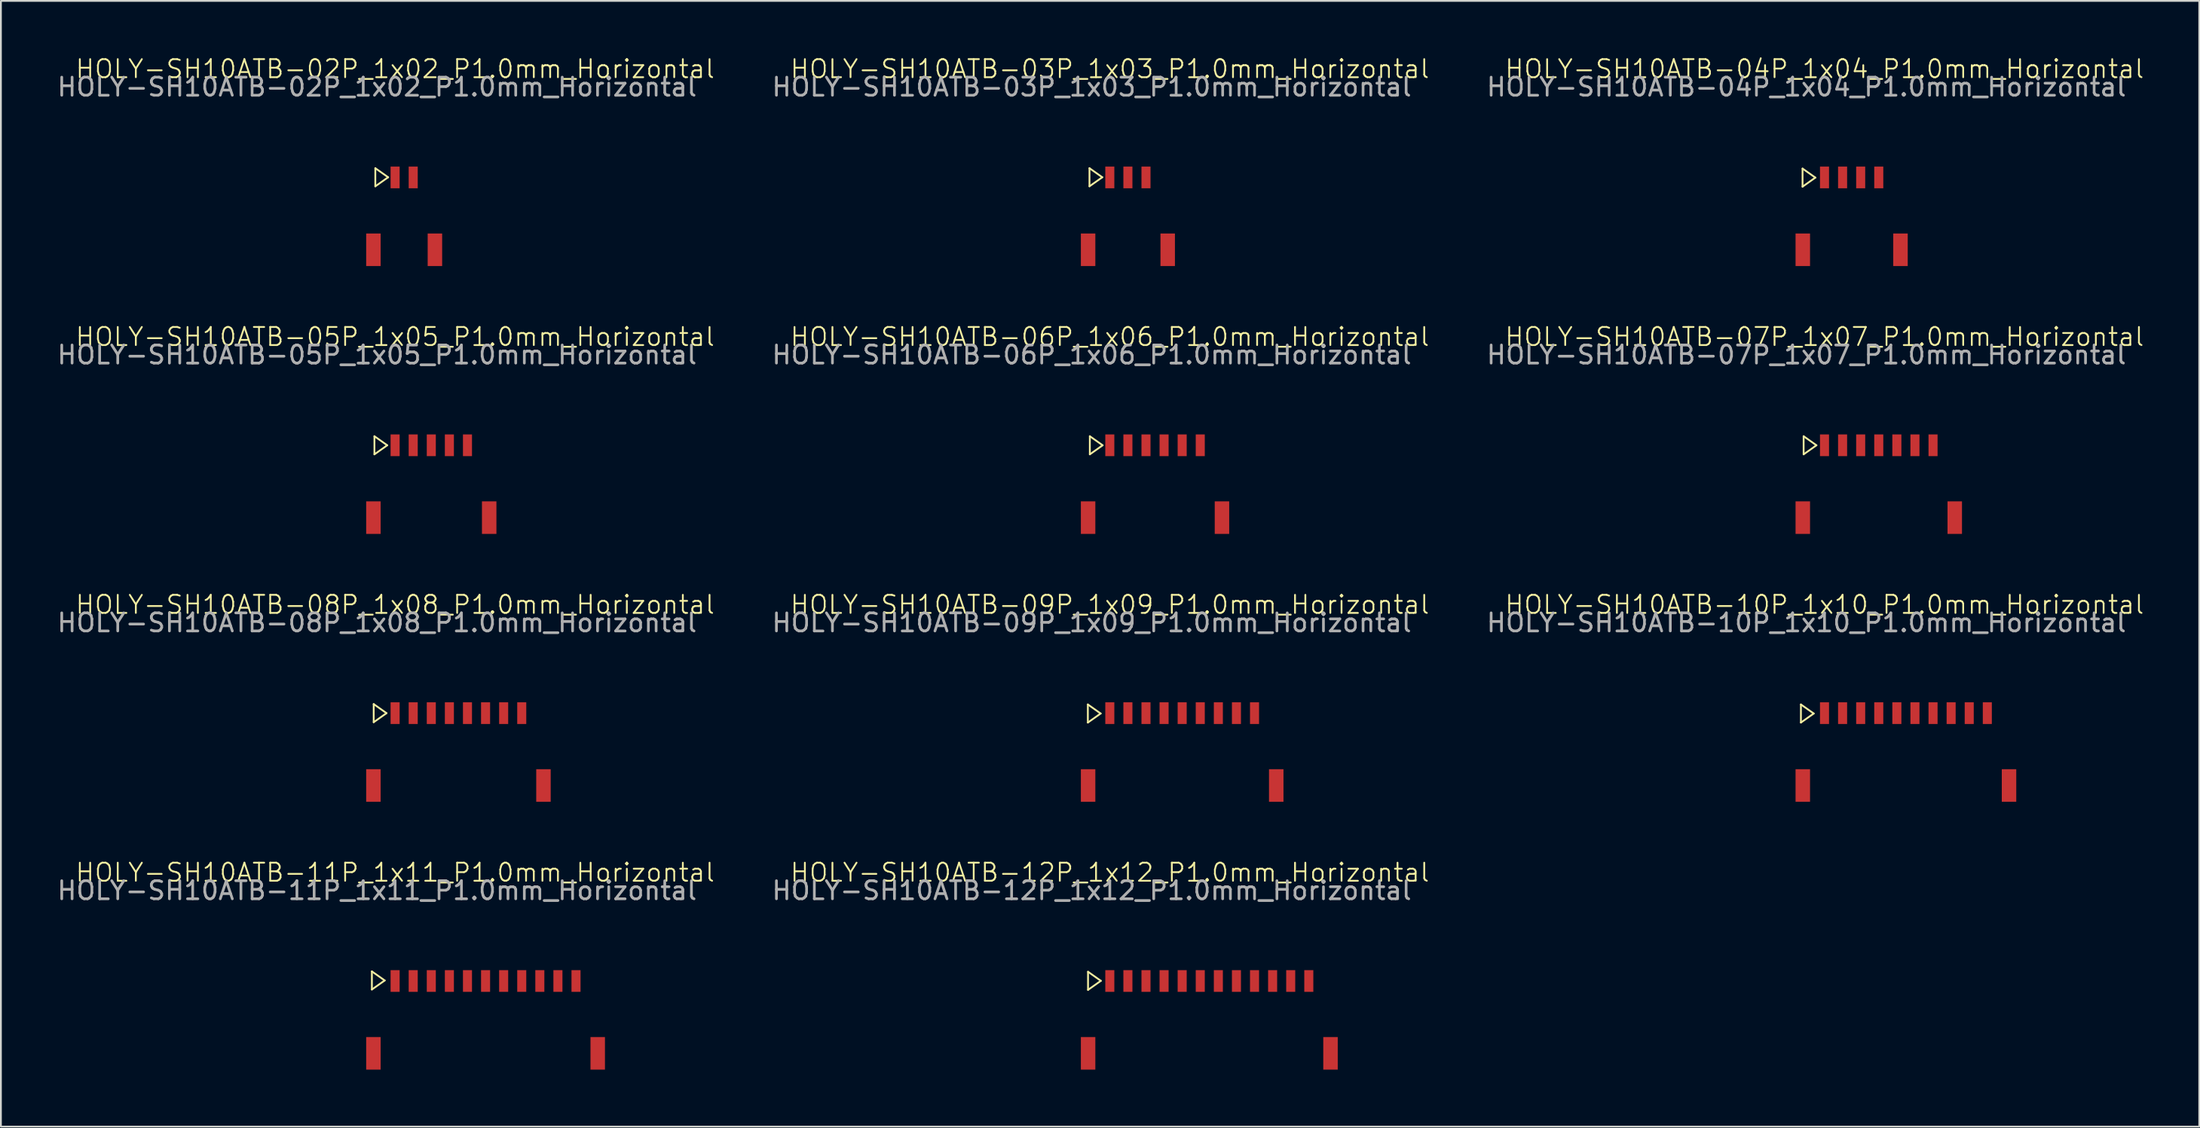
<source format=kicad_pcb>
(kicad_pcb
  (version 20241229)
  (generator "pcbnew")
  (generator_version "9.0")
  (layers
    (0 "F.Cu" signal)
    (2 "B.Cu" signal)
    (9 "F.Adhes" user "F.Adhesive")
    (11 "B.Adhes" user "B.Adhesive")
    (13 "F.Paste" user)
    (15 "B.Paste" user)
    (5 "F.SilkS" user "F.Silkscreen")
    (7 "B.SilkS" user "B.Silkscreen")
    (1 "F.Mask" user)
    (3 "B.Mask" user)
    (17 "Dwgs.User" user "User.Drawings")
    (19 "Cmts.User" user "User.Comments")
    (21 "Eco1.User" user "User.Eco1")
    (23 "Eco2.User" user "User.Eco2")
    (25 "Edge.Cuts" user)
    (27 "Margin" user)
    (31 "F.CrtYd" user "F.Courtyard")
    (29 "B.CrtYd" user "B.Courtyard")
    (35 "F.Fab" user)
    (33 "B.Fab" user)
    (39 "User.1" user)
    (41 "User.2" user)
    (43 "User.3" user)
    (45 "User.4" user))
  (footprint "HOLY-SH10ATB-05P_1x05_P1.0mm_Horizontal"
    (layer "F.Cu")
    (at 22.792 21.571)
    (property "Reference" "HOLY-SH10ATB-05P_1x05_P1.0mm_Horizontal" (at -4 -6 0) (unlocked yes) (layer "F.SilkS") (effects (font (size 1 1) (thickness 0.1))))
    (attr smd)
    (fp_line (start -5.144 -0.5) (end -5.144 0.5) (stroke (width 0.1) (type solid)) (layer "F.SilkS"))
    (fp_line (start -5.144 -0.5) (end -4.436 0) (stroke (width 0.1) (type solid)) (layer "F.SilkS"))
    (fp_line (start -4.436 0) (end -5.144 0.5) (stroke (width 0.1) (type solid)) (layer "F.SilkS"))
    (fp_rect (start -6 -1) (end 2 5) (stroke (width 0.1) (type default)) (fill no) (layer "Margin"))
    (fp_text user "${REFERENCE}" (at -5 -5 0) (unlocked yes) (layer "F.Fab") (effects (font (size 1 1) (thickness 0.15))))
    (pad "1" smd rect (at -4 0) (size 0.5 1.2) (layers "F.Cu" "F.Mask" "F.Paste"))
    (pad "2" smd rect (at -3 0) (size 0.5 1.2) (layers "F.Cu" "F.Mask" "F.Paste"))
    (pad "3" smd rect (at -2 0) (size 0.5 1.2) (layers "F.Cu" "F.Mask" "F.Paste"))
    (pad "4" smd rect (at -1 0) (size 0.5 1.2) (layers "F.Cu" "F.Mask" "F.Paste"))
    (pad "5" smd rect (at 0 0) (size 0.5 1.2) (layers "F.Cu" "F.Mask" "F.Paste"))
    (pad "MP" smd rect (at -5.2 4) (size 0.8 1.8) (layers "F.Cu" "F.Mask" "F.Paste"))
    (pad "MP" smd rect (at 1.2 4) (size 0.8 1.8) (layers "F.Cu" "F.Mask" "F.Paste")))
  (footprint "HOLY-SH10ATB-07P_1x07_P1.0mm_Horizontal"
    (layer "F.Cu")
    (at 103.808 21.571)
    (property "Reference" "HOLY-SH10ATB-07P_1x07_P1.0mm_Horizontal" (at -6 -6 0) (unlocked yes) (layer "F.SilkS") (effects (font (size 1 1) (thickness 0.1))))
    (attr smd)
    (fp_line (start -7.154 -0.5) (end -7.154 0.5) (stroke (width 0.1) (type solid)) (layer "F.SilkS"))
    (fp_line (start -7.154 -0.5) (end -6.446 0) (stroke (width 0.1) (type solid)) (layer "F.SilkS"))
    (fp_line (start -6.446 0) (end -7.154 0.5) (stroke (width 0.1) (type solid)) (layer "F.SilkS"))
    (fp_rect (start -8 -1) (end 2 5) (stroke (width 0.1) (type default)) (fill no) (layer "Margin"))
    (fp_text user "${REFERENCE}" (at -7 -5 0) (unlocked yes) (layer "F.Fab") (effects (font (size 1 1) (thickness 0.15))))
    (pad "1" smd rect (at -6 0) (size 0.5 1.2) (layers "F.Cu" "F.Mask" "F.Paste"))
    (pad "2" smd rect (at -5 0) (size 0.5 1.2) (layers "F.Cu" "F.Mask" "F.Paste"))
    (pad "3" smd rect (at -4 0) (size 0.5 1.2) (layers "F.Cu" "F.Mask" "F.Paste"))
    (pad "4" smd rect (at -3 0) (size 0.5 1.2) (layers "F.Cu" "F.Mask" "F.Paste"))
    (pad "5" smd rect (at -2 0) (size 0.5 1.2) (layers "F.Cu" "F.Mask" "F.Paste"))
    (pad "6" smd rect (at -1 0) (size 0.5 1.2) (layers "F.Cu" "F.Mask" "F.Paste"))
    (pad "7" smd rect (at 0 0) (size 0.5 1.2) (layers "F.Cu" "F.Mask" "F.Paste"))
    (pad "MP" smd rect (at -7.2 4) (size 0.8 1.8) (layers "F.Cu" "F.Mask" "F.Paste"))
    (pad "MP" smd rect (at 1.2 4) (size 0.8 1.8) (layers "F.Cu" "F.Mask" "F.Paste")))
  (footprint "HOLY-SH10ATB-02P_1x02_P1.0mm_Horizontal"
    (layer "F.Cu")
    (at 19.792 6.761)
    (property "Reference" "HOLY-SH10ATB-02P_1x02_P1.0mm_Horizontal" (at -1 -6 0) (unlocked yes) (layer "F.SilkS") (effects (font (size 1 1) (thickness 0.1))))
    (attr smd)
    (fp_line (start -2.094 -0.51) (end -2.094 0.49) (stroke (width 0.1) (type solid)) (layer "F.SilkS"))
    (fp_line (start -2.094 -0.51) (end -1.386 -0.01) (stroke (width 0.1) (type solid)) (layer "F.SilkS"))
    (fp_line (start -1.386 -0.01) (end -2.094 0.49) (stroke (width 0.1) (type solid)) (layer "F.SilkS"))
    (fp_rect (start -3 -1) (end 2 5) (stroke (width 0.1) (type default)) (fill no) (layer "Margin"))
    (fp_text user "${REFERENCE}" (at -2 -5 0) (unlocked yes) (layer "F.Fab") (effects (font (size 1 1) (thickness 0.15))))
    (pad "1" smd rect (at -1 0) (size 0.5 1.2) (layers "F.Cu" "F.Mask" "F.Paste"))
    (pad "2" smd rect (at 0 0) (size 0.5 1.2) (layers "F.Cu" "F.Mask" "F.Paste"))
    (pad "MP" smd rect (at -2.2 4) (size 0.8 1.8) (layers "F.Cu" "F.Mask" "F.Paste"))
    (pad "MP" smd rect (at 1.2 4) (size 0.8 1.8) (layers "F.Cu" "F.Mask" "F.Paste")))
  (footprint "HOLY-SH10ATB-11P_1x11_P1.0mm_Horizontal"
    (layer "F.Cu")
    (at 28.792 51.192)
    (property "Reference" "HOLY-SH10ATB-11P_1x11_P1.0mm_Horizontal" (at -10 -6 0) (unlocked yes) (layer "F.SilkS") (effects (font (size 1 1) (thickness 0.1))))
    (attr smd)
    (fp_line (start -11.284 -0.53) (end -11.284 0.47) (stroke (width 0.1) (type solid)) (layer "F.SilkS"))
    (fp_line (start -11.284 -0.53) (end -10.576 -0.03) (stroke (width 0.1) (type solid)) (layer "F.SilkS"))
    (fp_line (start -10.576 -0.03) (end -11.284 0.47) (stroke (width 0.1) (type solid)) (layer "F.SilkS"))
    (fp_rect (start -12 -1) (end 2 5) (stroke (width 0.1) (type default)) (fill no) (layer "Margin"))
    (fp_text user "${REFERENCE}" (at -11 -5 0) (unlocked yes) (layer "F.Fab") (effects (font (size 1 1) (thickness 0.15))))
    (pad "1" smd rect (at -10 0) (size 0.5 1.2) (layers "F.Cu" "F.Mask" "F.Paste"))
    (pad "2" smd rect (at -9 0) (size 0.5 1.2) (layers "F.Cu" "F.Mask" "F.Paste"))
    (pad "3" smd rect (at -8 0) (size 0.5 1.2) (layers "F.Cu" "F.Mask" "F.Paste"))
    (pad "4" smd rect (at -7 0) (size 0.5 1.2) (layers "F.Cu" "F.Mask" "F.Paste"))
    (pad "5" smd rect (at -6 0) (size 0.5 1.2) (layers "F.Cu" "F.Mask" "F.Paste"))
    (pad "6" smd rect (at -5 0) (size 0.5 1.2) (layers "F.Cu" "F.Mask" "F.Paste"))
    (pad "7" smd rect (at -4 0) (size 0.5 1.2) (layers "F.Cu" "F.Mask" "F.Paste"))
    (pad "8" smd rect (at -3 0) (size 0.5 1.2) (layers "F.Cu" "F.Mask" "F.Paste"))
    (pad "9" smd rect (at -2 0) (size 0.5 1.2) (layers "F.Cu" "F.Mask" "F.Paste"))
    (pad "10" smd rect (at -1 0) (size 0.5 1.2) (layers "F.Cu" "F.Mask" "F.Paste"))
    (pad "11" smd rect (at 0 0) (size 0.5 1.2) (layers "F.Cu" "F.Mask" "F.Paste"))
    (pad "MP" smd rect (at -11.2 4) (size 0.8 1.8) (layers "F.Cu" "F.Mask" "F.Paste"))
    (pad "MP" smd rect (at 1.2 4) (size 0.8 1.8) (layers "F.Cu" "F.Mask" "F.Paste")))
  (footprint "HOLY-SH10ATB-03P_1x03_P1.0mm_Horizontal"
    (layer "F.Cu")
    (at 60.3 6.761)
    (property "Reference" "HOLY-SH10ATB-03P_1x03_P1.0mm_Horizontal" (at -2 -6 0) (unlocked yes) (layer "F.SilkS") (effects (font (size 1 1) (thickness 0.1))))
    (attr smd)
    (fp_line (start -3.124 -0.51) (end -3.124 0.49) (stroke (width 0.1) (type solid)) (layer "F.SilkS"))
    (fp_line (start -3.124 -0.51) (end -2.416 -0.01) (stroke (width 0.1) (type solid)) (layer "F.SilkS"))
    (fp_line (start -2.416 -0.01) (end -3.124 0.49) (stroke (width 0.1) (type solid)) (layer "F.SilkS"))
    (fp_rect (start -4 -1) (end 2 5) (stroke (width 0.1) (type default)) (fill no) (layer "Margin"))
    (fp_text user "${REFERENCE}" (at -3 -5 0) (unlocked yes) (layer "F.Fab") (effects (font (size 1 1) (thickness 0.15))))
    (pad "1" smd rect (at -2 0) (size 0.5 1.2) (layers "F.Cu" "F.Mask" "F.Paste"))
    (pad "2" smd rect (at -1 0) (size 0.5 1.2) (layers "F.Cu" "F.Mask" "F.Paste"))
    (pad "3" smd rect (at 0 0) (size 0.5 1.2) (layers "F.Cu" "F.Mask" "F.Paste"))
    (pad "MP" smd rect (at -3.2 4) (size 0.8 1.8) (layers "F.Cu" "F.Mask" "F.Paste"))
    (pad "MP" smd rect (at 1.2 4) (size 0.8 1.8) (layers "F.Cu" "F.Mask" "F.Paste")))
  (footprint "HOLY-SH10ATB-04P_1x04_P1.0mm_Horizontal"
    (layer "F.Cu")
    (at 100.808 6.761)
    (property "Reference" "HOLY-SH10ATB-04P_1x04_P1.0mm_Horizontal" (at -3 -6 0) (unlocked yes) (layer "F.SilkS") (effects (font (size 1 1) (thickness 0.1))))
    (attr smd)
    (fp_line (start -4.214 -0.49) (end -4.214 0.51) (stroke (width 0.1) (type solid)) (layer "F.SilkS"))
    (fp_line (start -4.214 -0.49) (end -3.506 0.01) (stroke (width 0.1) (type solid)) (layer "F.SilkS"))
    (fp_line (start -3.506 0.01) (end -4.214 0.51) (stroke (width 0.1) (type solid)) (layer "F.SilkS"))
    (fp_rect (start -5 -1) (end 2 5) (stroke (width 0.1) (type default)) (fill no) (layer "Margin"))
    (fp_text user "${REFERENCE}" (at -4 -5 0) (unlocked yes) (layer "F.Fab") (effects (font (size 1 1) (thickness 0.15))))
    (pad "1" smd rect (at -3 0) (size 0.5 1.2) (layers "F.Cu" "F.Mask" "F.Paste"))
    (pad "2" smd rect (at -2 0) (size 0.5 1.2) (layers "F.Cu" "F.Mask" "F.Paste"))
    (pad "3" smd rect (at -1 0) (size 0.5 1.2) (layers "F.Cu" "F.Mask" "F.Paste"))
    (pad "4" smd rect (at 0 0) (size 0.5 1.2) (layers "F.Cu" "F.Mask" "F.Paste"))
    (pad "MP" smd rect (at -4.2 4) (size 0.8 1.8) (layers "F.Cu" "F.Mask" "F.Paste"))
    (pad "MP" smd rect (at 1.2 4) (size 0.8 1.8) (layers "F.Cu" "F.Mask" "F.Paste")))
  (footprint "HOLY-SH10ATB-10P_1x10_P1.0mm_Horizontal"
    (layer "F.Cu")
    (at 106.808 36.382)
    (property "Reference" "HOLY-SH10ATB-10P_1x10_P1.0mm_Horizontal" (at -9 -6 0) (unlocked yes) (layer "F.SilkS") (effects (font (size 1 1) (thickness 0.1))))
    (attr smd)
    (fp_line (start -10.304 -0.48) (end -10.304 0.52) (stroke (width 0.1) (type solid)) (layer "F.SilkS"))
    (fp_line (start -10.304 -0.48) (end -9.596 0.02) (stroke (width 0.1) (type solid)) (layer "F.SilkS"))
    (fp_line (start -9.596 0.02) (end -10.304 0.52) (stroke (width 0.1) (type solid)) (layer "F.SilkS"))
    (fp_rect (start -11 -1) (end 2 5) (stroke (width 0.1) (type default)) (fill no) (layer "Margin"))
    (fp_text user "${REFERENCE}" (at -10 -5 0) (unlocked yes) (layer "F.Fab") (effects (font (size 1 1) (thickness 0.15))))
    (pad "1" smd rect (at -9 0) (size 0.5 1.2) (layers "F.Cu" "F.Mask" "F.Paste"))
    (pad "2" smd rect (at -8 0) (size 0.5 1.2) (layers "F.Cu" "F.Mask" "F.Paste"))
    (pad "3" smd rect (at -7 0) (size 0.5 1.2) (layers "F.Cu" "F.Mask" "F.Paste"))
    (pad "4" smd rect (at -6 0) (size 0.5 1.2) (layers "F.Cu" "F.Mask" "F.Paste"))
    (pad "5" smd rect (at -5 0) (size 0.5 1.2) (layers "F.Cu" "F.Mask" "F.Paste"))
    (pad "6" smd rect (at -4 0) (size 0.5 1.2) (layers "F.Cu" "F.Mask" "F.Paste"))
    (pad "7" smd rect (at -3 0) (size 0.5 1.2) (layers "F.Cu" "F.Mask" "F.Paste"))
    (pad "8" smd rect (at -2 0) (size 0.5 1.2) (layers "F.Cu" "F.Mask" "F.Paste"))
    (pad "9" smd rect (at -1 0) (size 0.5 1.2) (layers "F.Cu" "F.Mask" "F.Paste"))
    (pad "10" smd rect (at 0 0) (size 0.5 1.2) (layers "F.Cu" "F.Mask" "F.Paste"))
    (pad "MP" smd rect (at -10.2 4) (size 0.8 1.8) (layers "F.Cu" "F.Mask" "F.Paste"))
    (pad "MP" smd rect (at 1.2 4) (size 0.8 1.8) (layers "F.Cu" "F.Mask" "F.Paste")))
  (footprint "HOLY-SH10ATB-06P_1x06_P1.0mm_Horizontal"
    (layer "F.Cu")
    (at 63.3 21.571)
    (property "Reference" "HOLY-SH10ATB-06P_1x06_P1.0mm_Horizontal" (at -5 -6 0) (unlocked yes) (layer "F.SilkS") (effects (font (size 1 1) (thickness 0.1))))
    (attr smd)
    (fp_line (start -6.104 -0.5) (end -6.104 0.5) (stroke (width 0.1) (type solid)) (layer "F.SilkS"))
    (fp_line (start -6.104 -0.5) (end -5.396 0) (stroke (width 0.1) (type solid)) (layer "F.SilkS"))
    (fp_line (start -5.396 0) (end -6.104 0.5) (stroke (width 0.1) (type solid)) (layer "F.SilkS"))
    (fp_rect (start -7 -1) (end 2 5) (stroke (width 0.1) (type default)) (fill no) (layer "Margin"))
    (fp_text user "${REFERENCE}" (at -6 -5 0) (unlocked yes) (layer "F.Fab") (effects (font (size 1 1) (thickness 0.15))))
    (pad "1" smd rect (at -5 0) (size 0.5 1.2) (layers "F.Cu" "F.Mask" "F.Paste"))
    (pad "2" smd rect (at -4 0) (size 0.5 1.2) (layers "F.Cu" "F.Mask" "F.Paste"))
    (pad "3" smd rect (at -3 0) (size 0.5 1.2) (layers "F.Cu" "F.Mask" "F.Paste"))
    (pad "4" smd rect (at -2 0) (size 0.5 1.2) (layers "F.Cu" "F.Mask" "F.Paste"))
    (pad "5" smd rect (at -1 0) (size 0.5 1.2) (layers "F.Cu" "F.Mask" "F.Paste"))
    (pad "6" smd rect (at 0 0) (size 0.5 1.2) (layers "F.Cu" "F.Mask" "F.Paste"))
    (pad "MP" smd rect (at -6.2 4) (size 0.8 1.8) (layers "F.Cu" "F.Mask" "F.Paste"))
    (pad "MP" smd rect (at 1.2 4) (size 0.8 1.8) (layers "F.Cu" "F.Mask" "F.Paste")))
  (footprint "HOLY-SH10ATB-12P_1x12_P1.0mm_Horizontal"
    (layer "F.Cu")
    (at 69.3 51.192)
    (property "Reference" "HOLY-SH10ATB-12P_1x12_P1.0mm_Horizontal" (at -11 -6 0) (unlocked yes) (layer "F.SilkS") (effects (font (size 1 1) (thickness 0.1))))
    (attr smd)
    (fp_line (start -12.204 -0.51) (end -12.204 0.49) (stroke (width 0.1) (type solid)) (layer "F.SilkS"))
    (fp_line (start -12.204 -0.51) (end -11.496 -0.01) (stroke (width 0.1) (type solid)) (layer "F.SilkS"))
    (fp_line (start -11.496 -0.01) (end -12.204 0.49) (stroke (width 0.1) (type solid)) (layer "F.SilkS"))
    (fp_rect (start -13 -1) (end 2 5) (stroke (width 0.1) (type default)) (fill no) (layer "Margin"))
    (fp_text user "${REFERENCE}" (at -12 -5 0) (unlocked yes) (layer "F.Fab") (effects (font (size 1 1) (thickness 0.15))))
    (pad "1" smd rect (at -11 0) (size 0.5 1.2) (layers "F.Cu" "F.Mask" "F.Paste"))
    (pad "2" smd rect (at -10 0) (size 0.5 1.2) (layers "F.Cu" "F.Mask" "F.Paste"))
    (pad "3" smd rect (at -9 0) (size 0.5 1.2) (layers "F.Cu" "F.Mask" "F.Paste"))
    (pad "4" smd rect (at -8 0) (size 0.5 1.2) (layers "F.Cu" "F.Mask" "F.Paste"))
    (pad "5" smd rect (at -7 0) (size 0.5 1.2) (layers "F.Cu" "F.Mask" "F.Paste"))
    (pad "6" smd rect (at -6 0) (size 0.5 1.2) (layers "F.Cu" "F.Mask" "F.Paste"))
    (pad "7" smd rect (at -5 0) (size 0.5 1.2) (layers "F.Cu" "F.Mask" "F.Paste"))
    (pad "8" smd rect (at -4 0) (size 0.5 1.2) (layers "F.Cu" "F.Mask" "F.Paste"))
    (pad "9" smd rect (at -3 0) (size 0.5 1.2) (layers "F.Cu" "F.Mask" "F.Paste"))
    (pad "10" smd rect (at -2 0) (size 0.5 1.2) (layers "F.Cu" "F.Mask" "F.Paste"))
    (pad "11" smd rect (at -1 0) (size 0.5 1.2) (layers "F.Cu" "F.Mask" "F.Paste"))
    (pad "12" smd rect (at 0 0) (size 0.5 1.2) (layers "F.Cu" "F.Mask" "F.Paste"))
    (pad "MP" smd rect (at -12.2 4) (size 0.8 1.8) (layers "F.Cu" "F.Mask" "F.Paste"))
    (pad "MP" smd rect (at 1.2 4) (size 0.8 1.8) (layers "F.Cu" "F.Mask" "F.Paste")))
  (footprint "HOLY-SH10ATB-08P_1x08_P1.0mm_Horizontal"
    (layer "F.Cu")
    (at 25.792 36.382)
    (property "Reference" "HOLY-SH10ATB-08P_1x08_P1.0mm_Horizontal" (at -7 -6 0) (unlocked yes) (layer "F.SilkS") (effects (font (size 1 1) (thickness 0.1))))
    (attr smd)
    (fp_line (start -8.184 -0.5) (end -8.184 0.5) (stroke (width 0.1) (type solid)) (layer "F.SilkS"))
    (fp_line (start -8.184 -0.5) (end -7.476 0) (stroke (width 0.1) (type solid)) (layer "F.SilkS"))
    (fp_line (start -7.476 0) (end -8.184 0.5) (stroke (width 0.1) (type solid)) (layer "F.SilkS"))
    (fp_rect (start -9 -1) (end 2 5) (stroke (width 0.1) (type default)) (fill no) (layer "Margin"))
    (fp_text user "${REFERENCE}" (at -8 -5 0) (unlocked yes) (layer "F.Fab") (effects (font (size 1 1) (thickness 0.15))))
    (pad "1" smd rect (at -7 0) (size 0.5 1.2) (layers "F.Cu" "F.Mask" "F.Paste"))
    (pad "2" smd rect (at -6 0) (size 0.5 1.2) (layers "F.Cu" "F.Mask" "F.Paste"))
    (pad "3" smd rect (at -5 0) (size 0.5 1.2) (layers "F.Cu" "F.Mask" "F.Paste"))
    (pad "4" smd rect (at -4 0) (size 0.5 1.2) (layers "F.Cu" "F.Mask" "F.Paste"))
    (pad "5" smd rect (at -3 0) (size 0.5 1.2) (layers "F.Cu" "F.Mask" "F.Paste"))
    (pad "6" smd rect (at -2 0) (size 0.5 1.2) (layers "F.Cu" "F.Mask" "F.Paste"))
    (pad "7" smd rect (at -1 0) (size 0.5 1.2) (layers "F.Cu" "F.Mask" "F.Paste"))
    (pad "8" smd rect (at 0 0) (size 0.5 1.2) (layers "F.Cu" "F.Mask" "F.Paste"))
    (pad "MP" smd rect (at -8.2 4) (size 0.8 1.8) (layers "F.Cu" "F.Mask" "F.Paste"))
    (pad "MP" smd rect (at 1.2 4) (size 0.8 1.8) (layers "F.Cu" "F.Mask" "F.Paste")))
  (footprint "HOLY-SH10ATB-09P_1x09_P1.0mm_Horizontal"
    (layer "F.Cu")
    (at 66.3 36.382)
    (property "Reference" "HOLY-SH10ATB-09P_1x09_P1.0mm_Horizontal" (at -8 -6 0) (unlocked yes) (layer "F.SilkS") (effects (font (size 1 1) (thickness 0.1))))
    (attr smd)
    (fp_line (start -9.214 -0.48) (end -9.214 0.52) (stroke (width 0.1) (type solid)) (layer "F.SilkS"))
    (fp_line (start -9.214 -0.48) (end -8.506 0.02) (stroke (width 0.1) (type solid)) (layer "F.SilkS"))
    (fp_line (start -8.506 0.02) (end -9.214 0.52) (stroke (width 0.1) (type solid)) (layer "F.SilkS"))
    (fp_rect (start -10 -1) (end 2 5) (stroke (width 0.1) (type default)) (fill no) (layer "Margin"))
    (fp_text user "${REFERENCE}" (at -9 -5 0) (unlocked yes) (layer "F.Fab") (effects (font (size 1 1) (thickness 0.15))))
    (pad "1" smd rect (at -8 0) (size 0.5 1.2) (layers "F.Cu" "F.Mask" "F.Paste"))
    (pad "2" smd rect (at -7 0) (size 0.5 1.2) (layers "F.Cu" "F.Mask" "F.Paste"))
    (pad "3" smd rect (at -6 0) (size 0.5 1.2) (layers "F.Cu" "F.Mask" "F.Paste"))
    (pad "4" smd rect (at -5 0) (size 0.5 1.2) (layers "F.Cu" "F.Mask" "F.Paste"))
    (pad "5" smd rect (at -4 0) (size 0.5 1.2) (layers "F.Cu" "F.Mask" "F.Paste"))
    (pad "6" smd rect (at -3 0) (size 0.5 1.2) (layers "F.Cu" "F.Mask" "F.Paste"))
    (pad "7" smd rect (at -2 0) (size 0.5 1.2) (layers "F.Cu" "F.Mask" "F.Paste"))
    (pad "8" smd rect (at -1 0) (size 0.5 1.2) (layers "F.Cu" "F.Mask" "F.Paste"))
    (pad "9" smd rect (at 0 0) (size 0.5 1.2) (layers "F.Cu" "F.Mask" "F.Paste"))
    (pad "MP" smd rect (at -9.2 4) (size 0.8 1.8) (layers "F.Cu" "F.Mask" "F.Paste"))
    (pad "MP" smd rect (at 1.2 4) (size 0.8 1.8) (layers "F.Cu" "F.Mask" "F.Paste")))
  (gr_rect
    (start -3 -3)
    (end 118.525 59.242)
    (stroke (width 0.1) (type default))
    (fill no)
    (layer "Edge.Cuts")))
</source>
